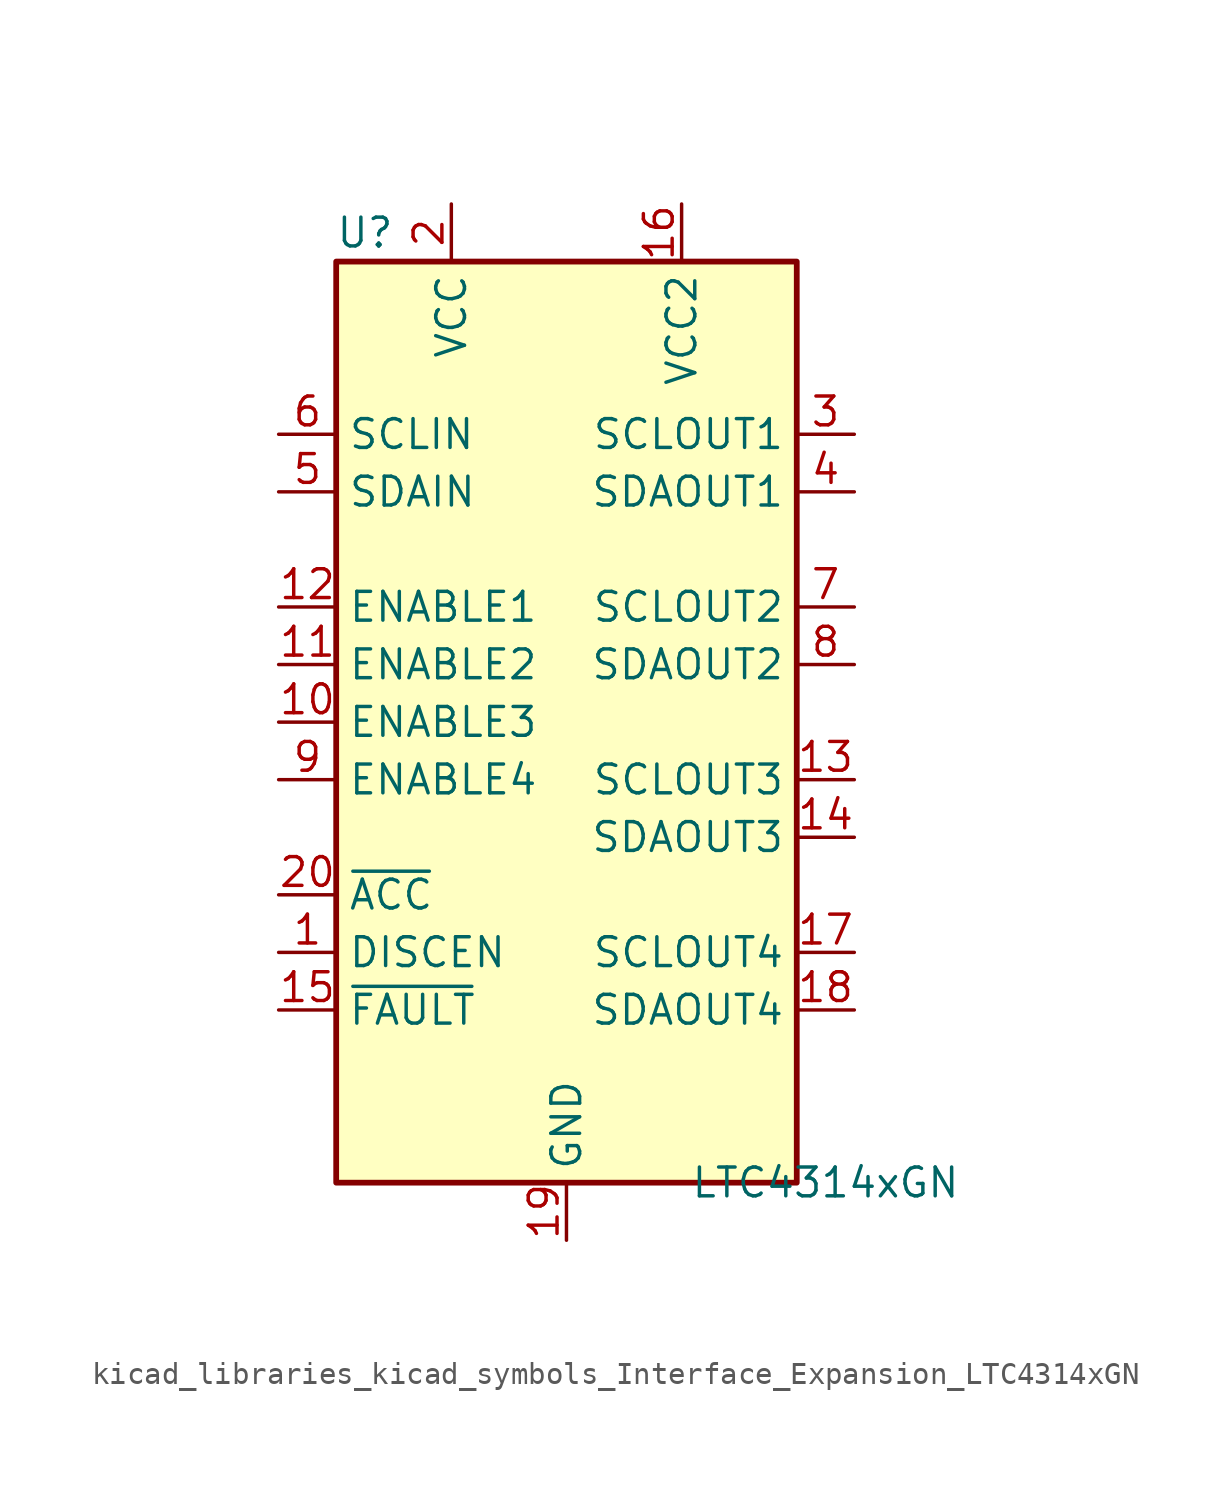
<source format=kicad_sym>
(kicad_symbol_lib
  (version 20220914)
  (generator kicad_symbol_editor)
  (symbol "kicad_libraries_kicad_symbols_Interface_Expansion_LTC4314xGN"
    (property "Reference" "U"
      (at -8.89 21.59 0)
      (effects (font (size 1.27 1.27))))
    (property "Value" "LTC4314xGN"
      (at 11.43 -20.32 0)
      (effects (font (size 1.27 1.27))))
    (symbol "kicad_libraries_kicad_symbols_Interface_Expansion_LTC4314xGN_0_0"
      (pin bidirectional line (at 12.7 12.7 180) (length 2.54) (name "SCLOUT1" (effects (font (size 1.27 1.27)))) (number "3" (effects (font (size 1.27 1.27))))))
    (symbol "kicad_libraries_kicad_symbols_Interface_Expansion_LTC4314xGN_0_1"
      (rectangle (start -10.16 20.32) (end 10.16 -20.32) (stroke (width 0.254) (type default)) (fill (type background))))
    (symbol "kicad_libraries_kicad_symbols_Interface_Expansion_LTC4314xGN_1_1"
      (pin input line (at -12.7 -10.16 0) (length 2.54) (name "DISCEN" (effects (font (size 1.27 1.27)))) (number "1" (effects (font (size 1.27 1.27)))))
      (pin input line (at -12.7 0 0) (length 2.54) (name "ENABLE3" (effects (font (size 1.27 1.27)))) (number "10" (effects (font (size 1.27 1.27)))))
      (pin input line (at -12.7 2.54 0) (length 2.54) (name "ENABLE2" (effects (font (size 1.27 1.27)))) (number "11" (effects (font (size 1.27 1.27)))))
      (pin input line (at -12.7 5.08 0) (length 2.54) (name "ENABLE1" (effects (font (size 1.27 1.27)))) (number "12" (effects (font (size 1.27 1.27)))))
      (pin bidirectional line (at 12.7 -2.54 180) (length 2.54) (name "SCLOUT3" (effects (font (size 1.27 1.27)))) (number "13" (effects (font (size 1.27 1.27)))))
      (pin bidirectional line (at 12.7 -5.08 180) (length 2.54) (name "SDAOUT3" (effects (font (size 1.27 1.27)))) (number "14" (effects (font (size 1.27 1.27)))))
      (pin open_collector line (at -12.7 -12.7 0) (length 2.54) (name "~{FAULT}" (effects (font (size 1.27 1.27)))) (number "15" (effects (font (size 1.27 1.27)))))
      (pin power_in line (at 5.08 22.86 270) (length 2.54) (name "VCC2" (effects (font (size 1.27 1.27)))) (number "16" (effects (font (size 1.27 1.27)))))
      (pin bidirectional line (at 12.7 -10.16 180) (length 2.54) (name "SCLOUT4" (effects (font (size 1.27 1.27)))) (number "17" (effects (font (size 1.27 1.27)))))
      (pin bidirectional line (at 12.7 -12.7 180) (length 2.54) (name "SDAOUT4" (effects (font (size 1.27 1.27)))) (number "18" (effects (font (size 1.27 1.27)))))
      (pin power_in line (at 0 -22.86 90) (length 2.54) (name "GND" (effects (font (size 1.27 1.27)))) (number "19" (effects (font (size 1.27 1.27)))))
      (pin power_in line (at -5.08 22.86 270) (length 2.54) (name "VCC" (effects (font (size 1.27 1.27)))) (number "2" (effects (font (size 1.27 1.27)))))
      (pin input line (at -12.7 -7.62 0) (length 2.54) (name "~{ACC}" (effects (font (size 1.27 1.27)))) (number "20" (effects (font (size 1.27 1.27)))))
      (pin bidirectional line (at 12.7 10.16 180) (length 2.54) (name "SDAOUT1" (effects (font (size 1.27 1.27)))) (number "4" (effects (font (size 1.27 1.27)))))
      (pin bidirectional line (at -12.7 10.16 0) (length 2.54) (name "SDAIN" (effects (font (size 1.27 1.27)))) (number "5" (effects (font (size 1.27 1.27)))))
      (pin bidirectional line (at -12.7 12.7 0) (length 2.54) (name "SCLIN" (effects (font (size 1.27 1.27)))) (number "6" (effects (font (size 1.27 1.27)))))
      (pin bidirectional line (at 12.7 5.08 180) (length 2.54) (name "SCLOUT2" (effects (font (size 1.27 1.27)))) (number "7" (effects (font (size 1.27 1.27)))))
      (pin bidirectional line (at 12.7 2.54 180) (length 2.54) (name "SDAOUT2" (effects (font (size 1.27 1.27)))) (number "8" (effects (font (size 1.27 1.27)))))
      (pin input line (at -12.7 -2.54 0) (length 2.54) (name "ENABLE4" (effects (font (size 1.27 1.27)))) (number "9" (effects (font (size 1.27 1.27))))))))
</source>
